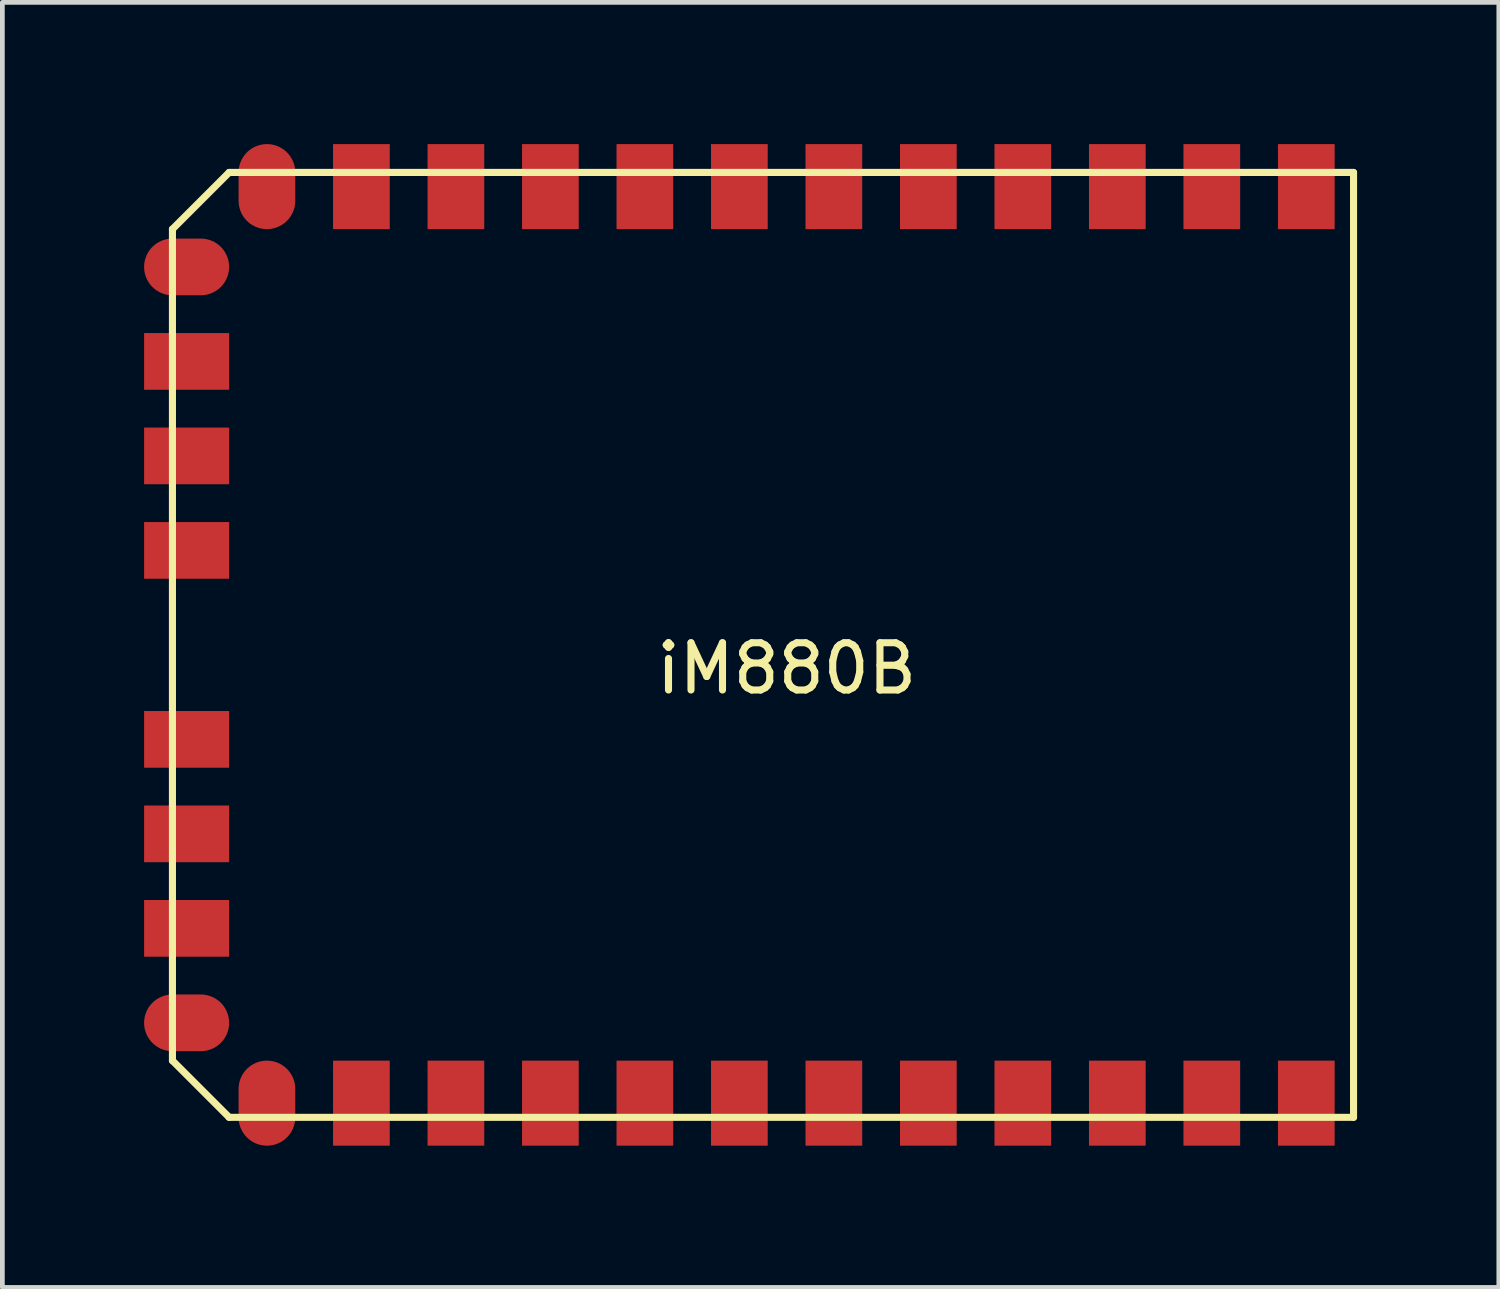
<source format=kicad_pcb>
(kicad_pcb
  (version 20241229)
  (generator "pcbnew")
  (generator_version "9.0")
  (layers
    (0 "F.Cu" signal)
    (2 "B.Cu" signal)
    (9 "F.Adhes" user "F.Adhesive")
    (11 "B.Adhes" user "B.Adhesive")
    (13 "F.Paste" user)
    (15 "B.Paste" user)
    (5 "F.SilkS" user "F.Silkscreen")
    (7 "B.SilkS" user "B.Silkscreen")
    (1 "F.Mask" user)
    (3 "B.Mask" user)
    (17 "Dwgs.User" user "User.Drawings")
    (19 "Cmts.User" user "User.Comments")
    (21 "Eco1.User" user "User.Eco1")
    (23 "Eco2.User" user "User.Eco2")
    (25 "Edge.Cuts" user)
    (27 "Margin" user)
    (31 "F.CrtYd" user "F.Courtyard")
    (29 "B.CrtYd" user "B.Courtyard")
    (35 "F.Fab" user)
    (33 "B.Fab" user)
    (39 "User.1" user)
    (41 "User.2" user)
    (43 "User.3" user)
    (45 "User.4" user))
  (footprint "iM880B"
    (layer "F.Cu")
    (at 13.6 10.6)
    (property "Reference" "iM880B" (at 0 0.5 0) (layer "F.SilkS") (effects (font (size 1 1) (thickness 0.15))))
    (attr through_hole)
    (fp_line (start -13 -8.8) (end -13 8.8) (stroke (width 0.15) (type solid)) (layer "F.SilkS"))
    (fp_line (start -13 8.8) (end -11.8 10) (stroke (width 0.15) (type solid)) (layer "F.SilkS"))
    (fp_line (start -11.8 -10) (end -13 -8.8) (stroke (width 0.15) (type solid)) (layer "F.SilkS"))
    (fp_line (start -11.8 10) (end 12 10) (stroke (width 0.15) (type solid)) (layer "F.SilkS"))
    (fp_line (start 12 -10) (end -11.8 -10) (stroke (width 0.15) (type solid)) (layer "F.SilkS"))
    (fp_line (start 12 10) (end 12 -10) (stroke (width 0.15) (type solid)) (layer "F.SilkS"))
    (pad "1" smd rect (at 11 -9.7) (size 1.2 1.8) (layers "F.Cu" "F.Mask" "F.Paste"))
    (pad "2" smd rect (at 9 -9.7) (size 1.2 1.8) (layers "F.Cu" "F.Mask" "F.Paste"))
    (pad "3" smd rect (at 7 -9.7) (size 1.2 1.8) (layers "F.Cu" "F.Mask" "F.Paste"))
    (pad "4" smd rect (at 5 -9.7) (size 1.2 1.8) (layers "F.Cu" "F.Mask" "F.Paste"))
    (pad "5" smd rect (at 3 -9.7) (size 1.2 1.8) (layers "F.Cu" "F.Mask" "F.Paste"))
    (pad "6" smd rect (at 1 -9.7) (size 1.2 1.8) (layers "F.Cu" "F.Mask" "F.Paste"))
    (pad "7" smd rect (at -1 -9.7) (size 1.2 1.8) (layers "F.Cu" "F.Mask" "F.Paste"))
    (pad "8" smd rect (at -3 -9.7) (size 1.2 1.8) (layers "F.Cu" "F.Mask" "F.Paste"))
    (pad "9" smd rect (at -5 -9.7) (size 1.2 1.8) (layers "F.Cu" "F.Mask" "F.Paste"))
    (pad "10" smd rect (at -7 -9.7) (size 1.2 1.8) (layers "F.Cu" "F.Mask" "F.Paste"))
    (pad "11" smd rect (at -9 -9.7) (size 1.2 1.8) (layers "F.Cu" "F.Mask" "F.Paste"))
    (pad "12" smd oval (at -11 -9.7) (size 1.2 1.8) (layers "F.Cu" "F.Mask" "F.Paste"))
    (pad "13" smd oval (at -12.7 -8 90) (size 1.2 1.8) (layers "F.Cu" "F.Mask" "F.Paste"))
    (pad "14" smd rect (at -12.7 -6 90) (size 1.2 1.8) (layers "F.Cu" "F.Mask" "F.Paste"))
    (pad "15" smd rect (at -12.7 -4 90) (size 1.2 1.8) (layers "F.Cu" "F.Mask" "F.Paste"))
    (pad "16" smd rect (at -12.7 -2 90) (size 1.2 1.8) (layers "F.Cu" "F.Mask" "F.Paste"))
    (pad "17" smd rect (at -12.7 2 90) (size 1.2 1.8) (layers "F.Cu" "F.Mask" "F.Paste"))
    (pad "18" smd rect (at -12.7 4 90) (size 1.2 1.8) (layers "F.Cu" "F.Mask" "F.Paste"))
    (pad "19" smd rect (at -12.7 6 90) (size 1.2 1.8) (layers "F.Cu" "F.Mask" "F.Paste"))
    (pad "20" smd oval (at -12.7 8 90) (size 1.2 1.8) (layers "F.Cu" "F.Mask" "F.Paste"))
    (pad "21" smd oval (at -11 9.7) (size 1.2 1.8) (layers "F.Cu" "F.Mask" "F.Paste"))
    (pad "22" smd rect (at -9 9.7) (size 1.2 1.8) (layers "F.Cu" "F.Mask" "F.Paste"))
    (pad "23" smd rect (at -7 9.7) (size 1.2 1.8) (layers "F.Cu" "F.Mask" "F.Paste"))
    (pad "24" smd rect (at -5 9.7) (size 1.2 1.8) (layers "F.Cu" "F.Mask" "F.Paste"))
    (pad "25" smd rect (at -3 9.7) (size 1.2 1.8) (layers "F.Cu" "F.Mask" "F.Paste"))
    (pad "26" smd rect (at -1 9.7) (size 1.2 1.8) (layers "F.Cu" "F.Mask" "F.Paste"))
    (pad "27" smd rect (at 1 9.7) (size 1.2 1.8) (layers "F.Cu" "F.Mask" "F.Paste"))
    (pad "28" smd rect (at 3 9.7) (size 1.2 1.8) (layers "F.Cu" "F.Mask" "F.Paste"))
    (pad "29" smd rect (at 5 9.7) (size 1.2 1.8) (layers "F.Cu" "F.Mask" "F.Paste"))
    (pad "30" smd rect (at 7 9.7) (size 1.2 1.8) (layers "F.Cu" "F.Mask" "F.Paste"))
    (pad "31" smd rect (at 9 9.7) (size 1.2 1.8) (layers "F.Cu" "F.Mask" "F.Paste"))
    (pad "32" smd rect (at 11 9.7) (size 1.2 1.8) (layers "F.Cu" "F.Mask" "F.Paste")))
  (gr_rect
    (start -3 -3)
    (end 28.675 24.2)
    (stroke (width 0.1) (type default))
    (fill no)
    (layer "Edge.Cuts")))
</source>
